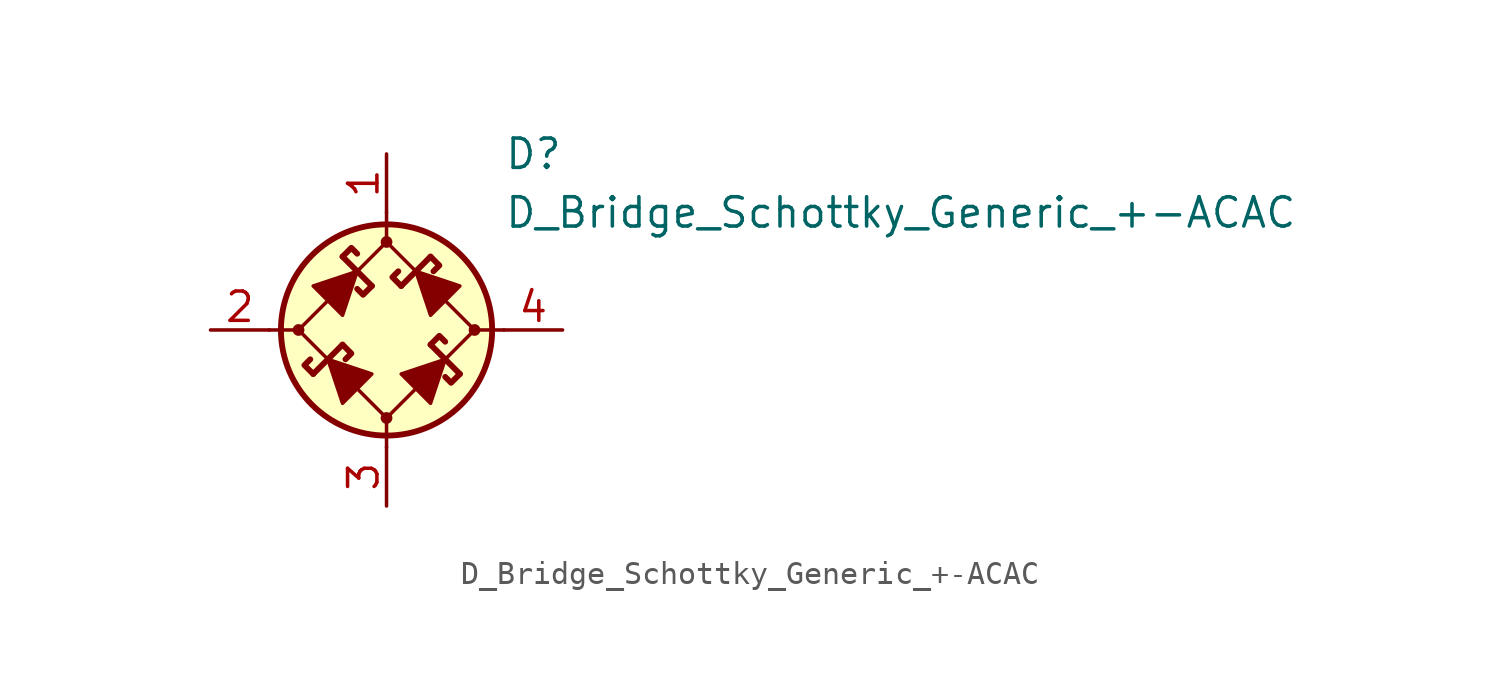
<source format=kicad_sym>
(kicad_symbol_lib
  (version 20201005)
  (generator kicad_symbol_editor)
  (symbol "Diode_Bridge_AKL:D_Bridge_Schottky_Generic_+-ACAC"
    (pin_names
      (offset 1.016) hide)
    (property "Reference" "D"
      (at 5.08 7.62 0)
      (effects (font (size 1.27 1.27)) (justify left)))
    (property "Value" "D_Bridge_Schottky_Generic_+-ACAC"
      (at 5.08 5.08 0)
      (effects (font (size 1.27 1.27)) (justify left)))
    (symbol "D_Bridge_Schottky_Generic_+-ACAC_0_1"
      (circle (center -3.81 0) (radius 0.178) (stroke (width 0)) (fill (type outline)))
      (circle (center 0 0) (radius 4.572) (stroke (width 0.254)) (fill (type background)))
      (polyline (pts (xy -5.08 0) (xy -3.81 0)) (stroke (width 0)) (fill (type none)))
      (polyline (pts (xy -1.905 -0.635) (xy -3.175 -1.905)) (stroke (width 0.254)) (fill (type none)))
      (polyline (pts (xy -1.905 3.175) (xy -0.635 1.905)) (stroke (width 0.254)) (fill (type none)))
      (polyline (pts (xy 0 -5.08) (xy 0 -3.81)) (stroke (width 0)) (fill (type none)))
      (polyline (pts (xy 0 5.08) (xy 0 3.81)) (stroke (width 0)) (fill (type none)))
      (polyline (pts (xy 0.635 1.905) (xy 1.905 3.175)) (stroke (width 0.254)) (fill (type none)))
      (polyline (pts (xy 3.175 -1.905) (xy 1.905 -0.635)) (stroke (width 0.254)) (fill (type none)))
      (polyline (pts (xy 5.08 0) (xy 3.81 0)) (stroke (width 0)) (fill (type none)))
      (polyline (pts (xy 0 3.81) (xy -3.81 0) (xy 0 -3.81) (xy 3.81 0) (xy 0 3.81)) (stroke (width 0)) (fill (type none)))
      (polyline (pts (xy -2.54 -1.27) (xy -1.905 -3.175) (xy -0.635 -1.905) (xy -2.54 -1.27)) (stroke (width 0)) (fill (type outline)))
      (polyline (pts (xy -1.27 2.54) (xy -1.905 0.635) (xy -3.175 1.905) (xy -1.27 2.54)) (stroke (width 0)) (fill (type outline)))
      (polyline (pts (xy 1.27 2.54) (xy 3.175 1.905) (xy 1.905 0.635) (xy 1.27 2.54)) (stroke (width 0)) (fill (type outline)))
      (polyline (pts (xy 2.54 -1.27) (xy 0.635 -1.905) (xy 1.905 -3.175) (xy 2.54 -1.27)) (stroke (width 0)) (fill (type outline))))
    (symbol "D_Bridge_Schottky_Generic_+-ACAC_1_1"
      (circle (center 0 -3.81) (radius 0.178) (stroke (width 0)) (fill (type outline)))
      (circle (center 0 3.81) (radius 0.178) (stroke (width 0)) (fill (type outline)))
      (circle (center 3.81 0) (radius 0.178) (stroke (width 0)) (fill (type outline)))
      (polyline (pts (xy -3.175 -1.905) (xy -3.556 -1.524) (xy -3.302 -1.27)) (stroke (width 0.254)) (fill (type none)))
      (polyline (pts (xy -1.905 -0.635) (xy -1.524 -1.016) (xy -1.778 -1.27)) (stroke (width 0.254)) (fill (type none)))
      (polyline (pts (xy -1.905 3.175) (xy -1.524 3.556) (xy -1.27 3.302)) (stroke (width 0.254)) (fill (type none)))
      (polyline (pts (xy -0.635 1.905) (xy -1.016 1.524) (xy -1.27 1.778)) (stroke (width 0.254)) (fill (type none)))
      (polyline (pts (xy 0.635 1.905) (xy 0.254 2.286) (xy 0.508 2.54)) (stroke (width 0.254)) (fill (type none)))
      (polyline (pts (xy 1.905 -0.635) (xy 2.286 -0.254) (xy 2.54 -0.508)) (stroke (width 0.254)) (fill (type none)))
      (polyline (pts (xy 1.905 3.175) (xy 2.286 2.794) (xy 2.032 2.54)) (stroke (width 0.254)) (fill (type none)))
      (polyline (pts (xy 3.175 -1.905) (xy 2.794 -2.286) (xy 2.54 -2.032)) (stroke (width 0.254)) (fill (type none)))
      (pin passive line (at 0 7.62 270) (length 2.54) (name "+" (effects (font (size 1.27 1.27)))) (number "1" (effects (font (size 1.27 1.27)))))
      (pin passive line (at -7.62 0 0) (length 2.54) (name "1" (effects (font (size 1.27 1.27)))) (number "2" (effects (font (size 1.27 1.27)))))
      (pin passive line (at 0 -7.62 90) (length 2.54) (name "-" (effects (font (size 1.27 1.27)))) (number "3" (effects (font (size 1.27 1.27)))))
      (pin passive line (at 7.62 0 180) (length 2.54) (name "2" (effects (font (size 1.27 1.27)))) (number "4" (effects (font (size 1.27 1.27))))))))
</source>
